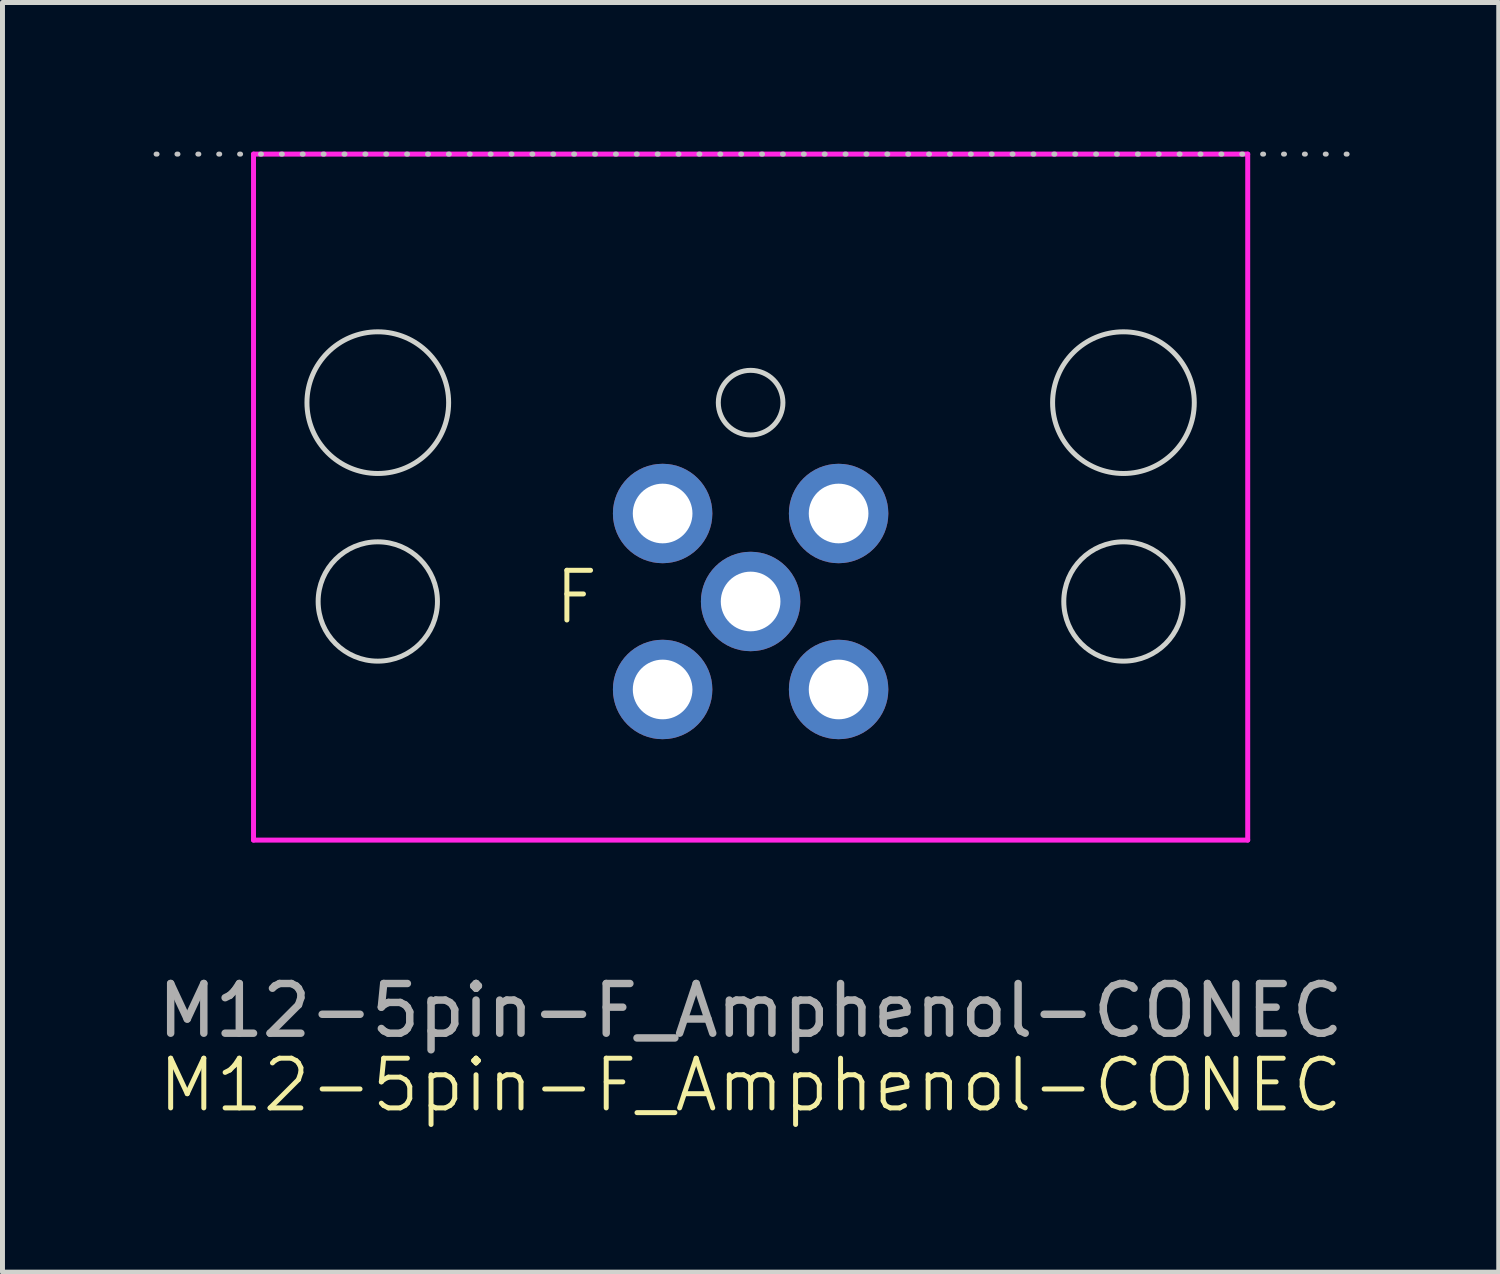
<source format=kicad_pcb>
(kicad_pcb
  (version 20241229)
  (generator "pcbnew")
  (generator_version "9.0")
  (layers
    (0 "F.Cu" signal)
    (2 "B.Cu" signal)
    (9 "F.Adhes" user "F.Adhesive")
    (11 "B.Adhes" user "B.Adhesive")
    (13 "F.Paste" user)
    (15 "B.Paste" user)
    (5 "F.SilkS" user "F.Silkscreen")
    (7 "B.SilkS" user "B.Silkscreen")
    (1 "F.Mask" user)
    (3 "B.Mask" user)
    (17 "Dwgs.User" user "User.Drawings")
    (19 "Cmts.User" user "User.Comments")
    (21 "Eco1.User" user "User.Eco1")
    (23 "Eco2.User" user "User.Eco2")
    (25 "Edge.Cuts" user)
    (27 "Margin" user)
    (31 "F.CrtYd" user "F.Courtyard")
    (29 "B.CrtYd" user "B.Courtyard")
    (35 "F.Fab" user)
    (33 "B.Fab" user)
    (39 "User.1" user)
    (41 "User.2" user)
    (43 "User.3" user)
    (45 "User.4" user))
  (footprint "M12-5pin-F_Amphenol-CONEC"
    (layer "F.Cu")
    (at 12.05 9.05)
    (property "Reference" "M12-5pin-F_Amphenol-CONEC" (at 0 9.73 0) (unlocked yes) (layer "F.SilkS") (effects (font (size 1 1) (thickness 0.1))))
    (attr through_hole)
    (fp_line (start 12 -9) (end -12 -9) (stroke (width 0.1) (type dot)) (layer "Dwgs.User"))
    (fp_circle (center -7.5 -4) (end -6.075 -4) (stroke (width 0.1) (type default)) (fill no) (layer "Edge.Cuts"))
    (fp_circle (center -7.5 0) (end -6.3 0) (stroke (width 0.1) (type default)) (fill no) (layer "Edge.Cuts"))
    (fp_circle (center 0 -4) (end 0.65 -4) (stroke (width 0.1) (type default)) (fill no) (layer "Edge.Cuts"))
    (fp_circle (center 7.5 -4) (end 6.075 -4) (stroke (width 0.1) (type default)) (fill no) (layer "Edge.Cuts"))
    (fp_circle (center 7.5 0) (end 8.7 0) (stroke (width 0.1) (type default)) (fill no) (layer "Edge.Cuts"))
    (fp_line (start -10 -9) (end 10 -9) (stroke (width 0.1) (type default)) (layer "F.CrtYd"))
    (fp_line (start -10 4.8) (end -10 -9) (stroke (width 0.1) (type default)) (layer "F.CrtYd"))
    (fp_line (start 10 -9) (end 10 4.8) (stroke (width 0.1) (type default)) (layer "F.CrtYd"))
    (fp_line (start 10 4.8) (end -10 4.8) (stroke (width 0.1) (type default)) (layer "F.CrtYd"))
    (fp_text user "F" (at -4 0.5 0) (unlocked yes) (layer "F.SilkS") (effects (font (size 1 1) (thickness 0.1)) (justify left bottom)))
    (fp_text user "${REFERENCE}" (at 0 8.23 0) (unlocked yes) (layer "F.Fab") (effects (font (size 1 1) (thickness 0.15))))
    (pad "1" thru_hole circle (at 1.77 1.77 180) (size 2 2) (drill 1.2) (layers "*.Cu" "*.Mask"))
    (pad "2" thru_hole circle (at -1.77 1.77 180) (size 2 2) (drill 1.2) (layers "*.Cu" "*.Mask"))
    (pad "3" thru_hole circle (at -1.77 -1.77 180) (size 2 2) (drill 1.2) (layers "*.Cu" "*.Mask"))
    (pad "4" thru_hole circle (at 1.77 -1.77 180) (size 2 2) (drill 1.2) (layers "*.Cu" "*.Mask"))
    (pad "5" thru_hole circle (at 0 0 180) (size 2 2) (drill 1.2) (layers "*.Cu" "*.Mask")))
  (gr_rect
    (start -3 -3)
    (end 27.1 22.541)
    (stroke (width 0.1) (type default))
    (fill no)
    (layer "Edge.Cuts")))
</source>
